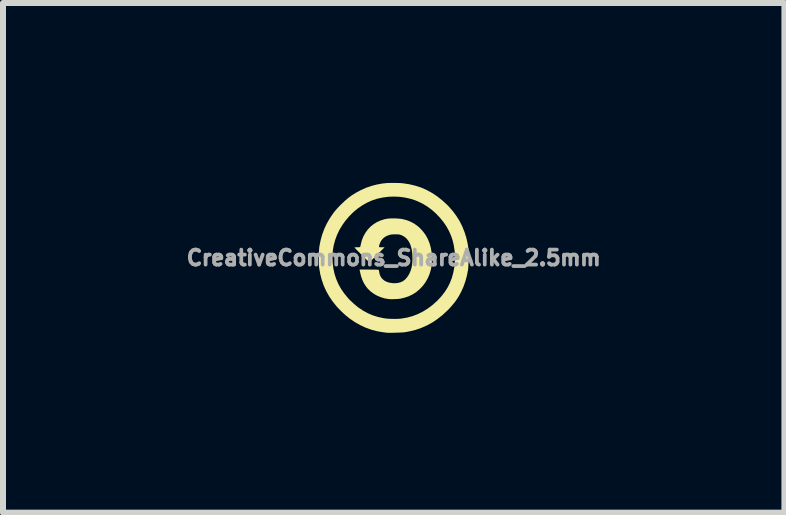
<source format=kicad_pcb>
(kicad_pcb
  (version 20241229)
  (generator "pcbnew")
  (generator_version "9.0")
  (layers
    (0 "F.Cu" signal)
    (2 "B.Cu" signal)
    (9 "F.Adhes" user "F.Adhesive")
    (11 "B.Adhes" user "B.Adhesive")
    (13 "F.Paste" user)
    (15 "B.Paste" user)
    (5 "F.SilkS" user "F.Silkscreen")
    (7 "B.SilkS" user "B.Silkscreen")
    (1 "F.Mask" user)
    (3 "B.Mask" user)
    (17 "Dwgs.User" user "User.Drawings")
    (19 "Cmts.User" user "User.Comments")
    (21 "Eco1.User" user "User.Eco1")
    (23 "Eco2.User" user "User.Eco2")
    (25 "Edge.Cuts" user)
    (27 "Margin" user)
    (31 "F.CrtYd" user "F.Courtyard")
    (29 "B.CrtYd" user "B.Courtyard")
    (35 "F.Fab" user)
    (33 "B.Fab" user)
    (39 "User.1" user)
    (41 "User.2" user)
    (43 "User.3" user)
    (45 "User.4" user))
  (footprint "CreativeCommons_ShareAlike_2.5mm"
    (layer "F.Cu")
    (at 3.515 1.25)
    (property "Reference" "CreativeCommons_ShareAlike_2.5mm" (at 0 0 0) (layer "F.Fab") (effects (font (size 0.25 0.25) (thickness 0.3))))
    (attr board_only exclude_from_pos_files exclude_from_bom)
    (fp_poly (pts (xy 0.035 -0.658) (xy 0.075 -0.655) (xy 0.112 -0.652) (xy 0.143 -0.647) (xy 0.149 -0.646) (xy 0.219 -0.628) (xy 0.282 -0.603) (xy 0.34 -0.572) (xy 0.394 -0.534) (xy 0.438 -0.496) (xy 0.489 -0.44) (xy 0.533 -0.38) (xy 0.569 -0.314) (xy 0.598 -0.243) (xy 0.619 -0.167) (xy 0.632 -0.09) (xy 0.635 -0.06) (xy 0.636 -0.025) (xy 0.636 0.013) (xy 0.635 0.054) (xy 0.633 0.093) (xy 0.63 0.129) (xy 0.626 0.16) (xy 0.623 0.178) (xy 0.61 0.23) (xy 0.595 0.277) (xy 0.575 0.324) (xy 0.566 0.343) (xy 0.529 0.408) (xy 0.485 0.467) (xy 0.435 0.52) (xy 0.38 0.567) (xy 0.319 0.607) (xy 0.254 0.639) (xy 0.184 0.663) (xy 0.112 0.68) (xy 0.112 0.68) (xy 0.08 0.684) (xy 0.043 0.687) (xy 0.004 0.688) (xy -0.034 0.689) (xy -0.068 0.688) (xy -0.086 0.686) (xy -0.153 0.675) (xy -0.218 0.655) (xy -0.279 0.629) (xy -0.336 0.596) (xy -0.388 0.557) (xy -0.433 0.513) (xy -0.457 0.484) (xy -0.492 0.431) (xy -0.52 0.374) (xy -0.543 0.311) (xy -0.56 0.241) (xy -0.566 0.212) (xy -0.569 0.195) (xy -0.409 0.195) (xy -0.365 0.196) (xy -0.329 0.196) (xy -0.3 0.196) (xy -0.279 0.197) (xy -0.264 0.198) (xy -0.254 0.199) (xy -0.249 0.2) (xy -0.248 0.201) (xy -0.247 0.208) (xy -0.244 0.221) (xy -0.242 0.238) (xy -0.241 0.24) (xy -0.231 0.283) (xy -0.213 0.321) (xy -0.188 0.352) (xy -0.156 0.379) (xy -0.118 0.399) (xy -0.074 0.413) (xy -0.023 0.421) (xy 0.017 0.423) (xy 0.066 0.419) (xy 0.111 0.408) (xy 0.151 0.39) (xy 0.187 0.364) (xy 0.219 0.329) (xy 0.248 0.287) (xy 0.266 0.252) (xy 0.285 0.207) (xy 0.299 0.158) (xy 0.308 0.105) (xy 0.313 0.047) (xy 0.314 0.004) (xy 0.311 -0.068) (xy 0.302 -0.132) (xy 0.288 -0.19) (xy 0.269 -0.241) (xy 0.244 -0.285) (xy 0.214 -0.322) (xy 0.179 -0.352) (xy 0.138 -0.375) (xy 0.122 -0.381) (xy 0.107 -0.386) (xy 0.094 -0.389) (xy 0.08 -0.391) (xy 0.063 -0.392) (xy 0.04 -0.393) (xy 0.027 -0.393) (xy -0.007 -0.392) (xy -0.034 -0.39) (xy -0.055 -0.387) (xy -0.064 -0.385) (xy -0.11 -0.369) (xy -0.15 -0.347) (xy -0.183 -0.319) (xy -0.209 -0.286) (xy -0.229 -0.246) (xy -0.235 -0.229) (xy -0.242 -0.207) (xy -0.245 -0.193) (xy -0.244 -0.184) (xy -0.238 -0.179) (xy -0.225 -0.177) (xy -0.205 -0.177) (xy -0.199 -0.177) (xy -0.152 -0.177) (xy -0.277 -0.052) (xy -0.305 -0.025) (xy -0.331 0.001) (xy -0.354 0.024) (xy -0.374 0.043) (xy -0.39 0.058) (xy -0.401 0.068) (xy -0.406 0.073) (xy -0.407 0.073) (xy -0.411 0.07) (xy -0.421 0.061) (xy -0.435 0.047) (xy -0.453 0.03) (xy -0.474 0.01) (xy -0.497 -0.013) (xy -0.521 -0.037) (xy -0.546 -0.062) (xy -0.57 -0.086) (xy -0.592 -0.108) (xy -0.613 -0.129) (xy -0.63 -0.147) (xy -0.643 -0.161) (xy -0.652 -0.17) (xy -0.655 -0.174) (xy -0.65 -0.175) (xy -0.639 -0.176) (xy -0.622 -0.177) (xy -0.607 -0.177) (xy -0.586 -0.177) (xy -0.571 -0.178) (xy -0.563 -0.181) (xy -0.558 -0.187) (xy -0.554 -0.198) (xy -0.551 -0.216) (xy -0.55 -0.22) (xy -0.532 -0.29) (xy -0.507 -0.355) (xy -0.474 -0.415) (xy -0.435 -0.469) (xy -0.39 -0.518) (xy -0.338 -0.56) (xy -0.282 -0.595) (xy -0.22 -0.623) (xy -0.154 -0.644) (xy -0.11 -0.653) (xy -0.081 -0.656) (xy -0.045 -0.658) (xy -0.006 -0.658)) (stroke (width 0) (type solid)) (fill yes) (layer "F.SilkS"))
    (fp_poly (pts (xy 0.009 -1.25) (xy 0.052 -1.249) (xy 0.093 -1.248) (xy 0.13 -1.246) (xy 0.159 -1.243) (xy 0.263 -1.227) (xy 0.362 -1.203) (xy 0.458 -1.172) (xy 0.549 -1.132) (xy 0.637 -1.084) (xy 0.722 -1.028) (xy 0.804 -0.964) (xy 0.884 -0.891) (xy 0.912 -0.863) (xy 0.982 -0.784) (xy 1.043 -0.702) (xy 1.097 -0.617) (xy 1.142 -0.527) (xy 1.18 -0.433) (xy 1.211 -0.335) (xy 1.234 -0.231) (xy 1.242 -0.18) (xy 1.244 -0.157) (xy 1.246 -0.127) (xy 1.247 -0.092) (xy 1.248 -0.052) (xy 1.248 -0.01) (xy 1.248 0.033) (xy 1.247 0.074) (xy 1.246 0.113) (xy 1.244 0.148) (xy 1.242 0.177) (xy 1.24 0.195) (xy 1.221 0.295) (xy 1.196 0.388) (xy 1.165 0.476) (xy 1.128 0.56) (xy 1.087 0.636) (xy 1.052 0.692) (xy 1.014 0.744) (xy 0.972 0.795) (xy 0.925 0.848) (xy 0.896 0.877) (xy 0.815 0.952) (xy 0.732 1.018) (xy 0.646 1.076) (xy 0.557 1.125) (xy 0.464 1.166) (xy 0.367 1.2) (xy 0.265 1.225) (xy 0.19 1.239) (xy 0.175 1.241) (xy 0.153 1.243) (xy 0.125 1.244) (xy 0.093 1.246) (xy 0.059 1.247) (xy 0.024 1.248) (xy -0.011 1.249) (xy -0.043 1.249) (xy -0.072 1.249) (xy -0.097 1.249) (xy -0.114 1.248) (xy -0.123 1.247) (xy -0.132 1.246) (xy -0.148 1.244) (xy -0.167 1.241) (xy -0.175 1.241) (xy -0.273 1.224) (xy -0.37 1.199) (xy -0.465 1.165) (xy -0.557 1.122) (xy -0.646 1.072) (xy -0.733 1.013) (xy -0.815 0.946) (xy -0.872 0.893) (xy -0.948 0.814) (xy -1.015 0.731) (xy -1.074 0.645) (xy -1.125 0.555) (xy -1.167 0.462) (xy -1.2 0.366) (xy -1.226 0.266) (xy -1.243 0.162) (xy -1.246 0.135) (xy -1.248 0.108) (xy -1.249 0.075) (xy -1.249 0.037) (xy -1.249 -0.003) (xy -1.249 -0.022) (xy -1.022 -0.022) (xy -1.019 0.072) (xy -1.018 0.084) (xy -1.006 0.179) (xy -0.986 0.27) (xy -0.957 0.357) (xy -0.921 0.44) (xy -0.876 0.52) (xy -0.822 0.597) (xy -0.761 0.671) (xy -0.737 0.697) (xy -0.664 0.766) (xy -0.59 0.827) (xy -0.512 0.879) (xy -0.431 0.923) (xy -0.347 0.959) (xy -0.259 0.986) (xy -0.167 1.006) (xy -0.133 1.011) (xy -0.103 1.014) (xy -0.066 1.016) (xy -0.025 1.017) (xy 0.017 1.018) (xy 0.059 1.017) (xy 0.098 1.015) (xy 0.13 1.012) (xy 0.135 1.011) (xy 0.228 0.995) (xy 0.318 0.97) (xy 0.405 0.936) (xy 0.489 0.894) (xy 0.57 0.844) (xy 0.648 0.785) (xy 0.724 0.717) (xy 0.732 0.709) (xy 0.795 0.641) (xy 0.85 0.57) (xy 0.897 0.497) (xy 0.936 0.42) (xy 0.968 0.338) (xy 0.97 0.332) (xy 0.994 0.244) (xy 1.011 0.154) (xy 1.02 0.061) (xy 1.022 -0.031) (xy 1.015 -0.123) (xy 1.001 -0.214) (xy 0.98 -0.301) (xy 0.956 -0.37) (xy 0.921 -0.449) (xy 0.878 -0.527) (xy 0.827 -0.601) (xy 0.769 -0.672) (xy 0.706 -0.738) (xy 0.638 -0.799) (xy 0.565 -0.853) (xy 0.489 -0.9) (xy 0.452 -0.919) (xy 0.369 -0.956) (xy 0.282 -0.985) (xy 0.192 -1.005) (xy 0.1 -1.018) (xy 0.007 -1.022) (xy -0.087 -1.019) (xy -0.18 -1.007) (xy -0.273 -0.987) (xy -0.284 -0.984) (xy -0.367 -0.956) (xy -0.448 -0.919) (xy -0.527 -0.874) (xy -0.602 -0.822) (xy -0.674 -0.762) (xy -0.741 -0.695) (xy -0.804 -0.621) (xy -0.857 -0.547) (xy -0.905 -0.467) (xy -0.945 -0.383) (xy -0.977 -0.296) (xy -1.001 -0.207) (xy -1.016 -0.115) (xy -1.022 -0.022) (xy -1.249 -0.022) (xy -1.248 -0.045) (xy -1.247 -0.086) (xy -1.245 -0.123) (xy -1.243 -0.157) (xy -1.24 -0.184) (xy -1.239 -0.193) (xy -1.219 -0.293) (xy -1.193 -0.388) (xy -1.16 -0.477) (xy -1.12 -0.564) (xy -1.073 -0.647) (xy -1.05 -0.683) (xy -1.025 -0.72) (xy -1.001 -0.753) (xy -0.978 -0.783) (xy -0.953 -0.812) (xy -0.925 -0.842) (xy -0.893 -0.876) (xy -0.875 -0.893) (xy -0.814 -0.951) (xy -0.754 -1.002) (xy -0.693 -1.047) (xy -0.628 -1.087) (xy -0.559 -1.124) (xy -0.543 -1.132) (xy -0.457 -1.17) (xy -0.37 -1.2) (xy -0.281 -1.223) (xy -0.187 -1.24) (xy -0.141 -1.245) (xy -0.112 -1.248) (xy -0.075 -1.249) (xy -0.035 -1.25)) (stroke (width 0) (type solid)) (fill yes) (layer "F.SilkS")))
  (gr_rect
    (start -3 -3)
    (end 10.03 5.499)
    (stroke (width 0.1) (type default))
    (fill no)
    (layer "Edge.Cuts")))
</source>
